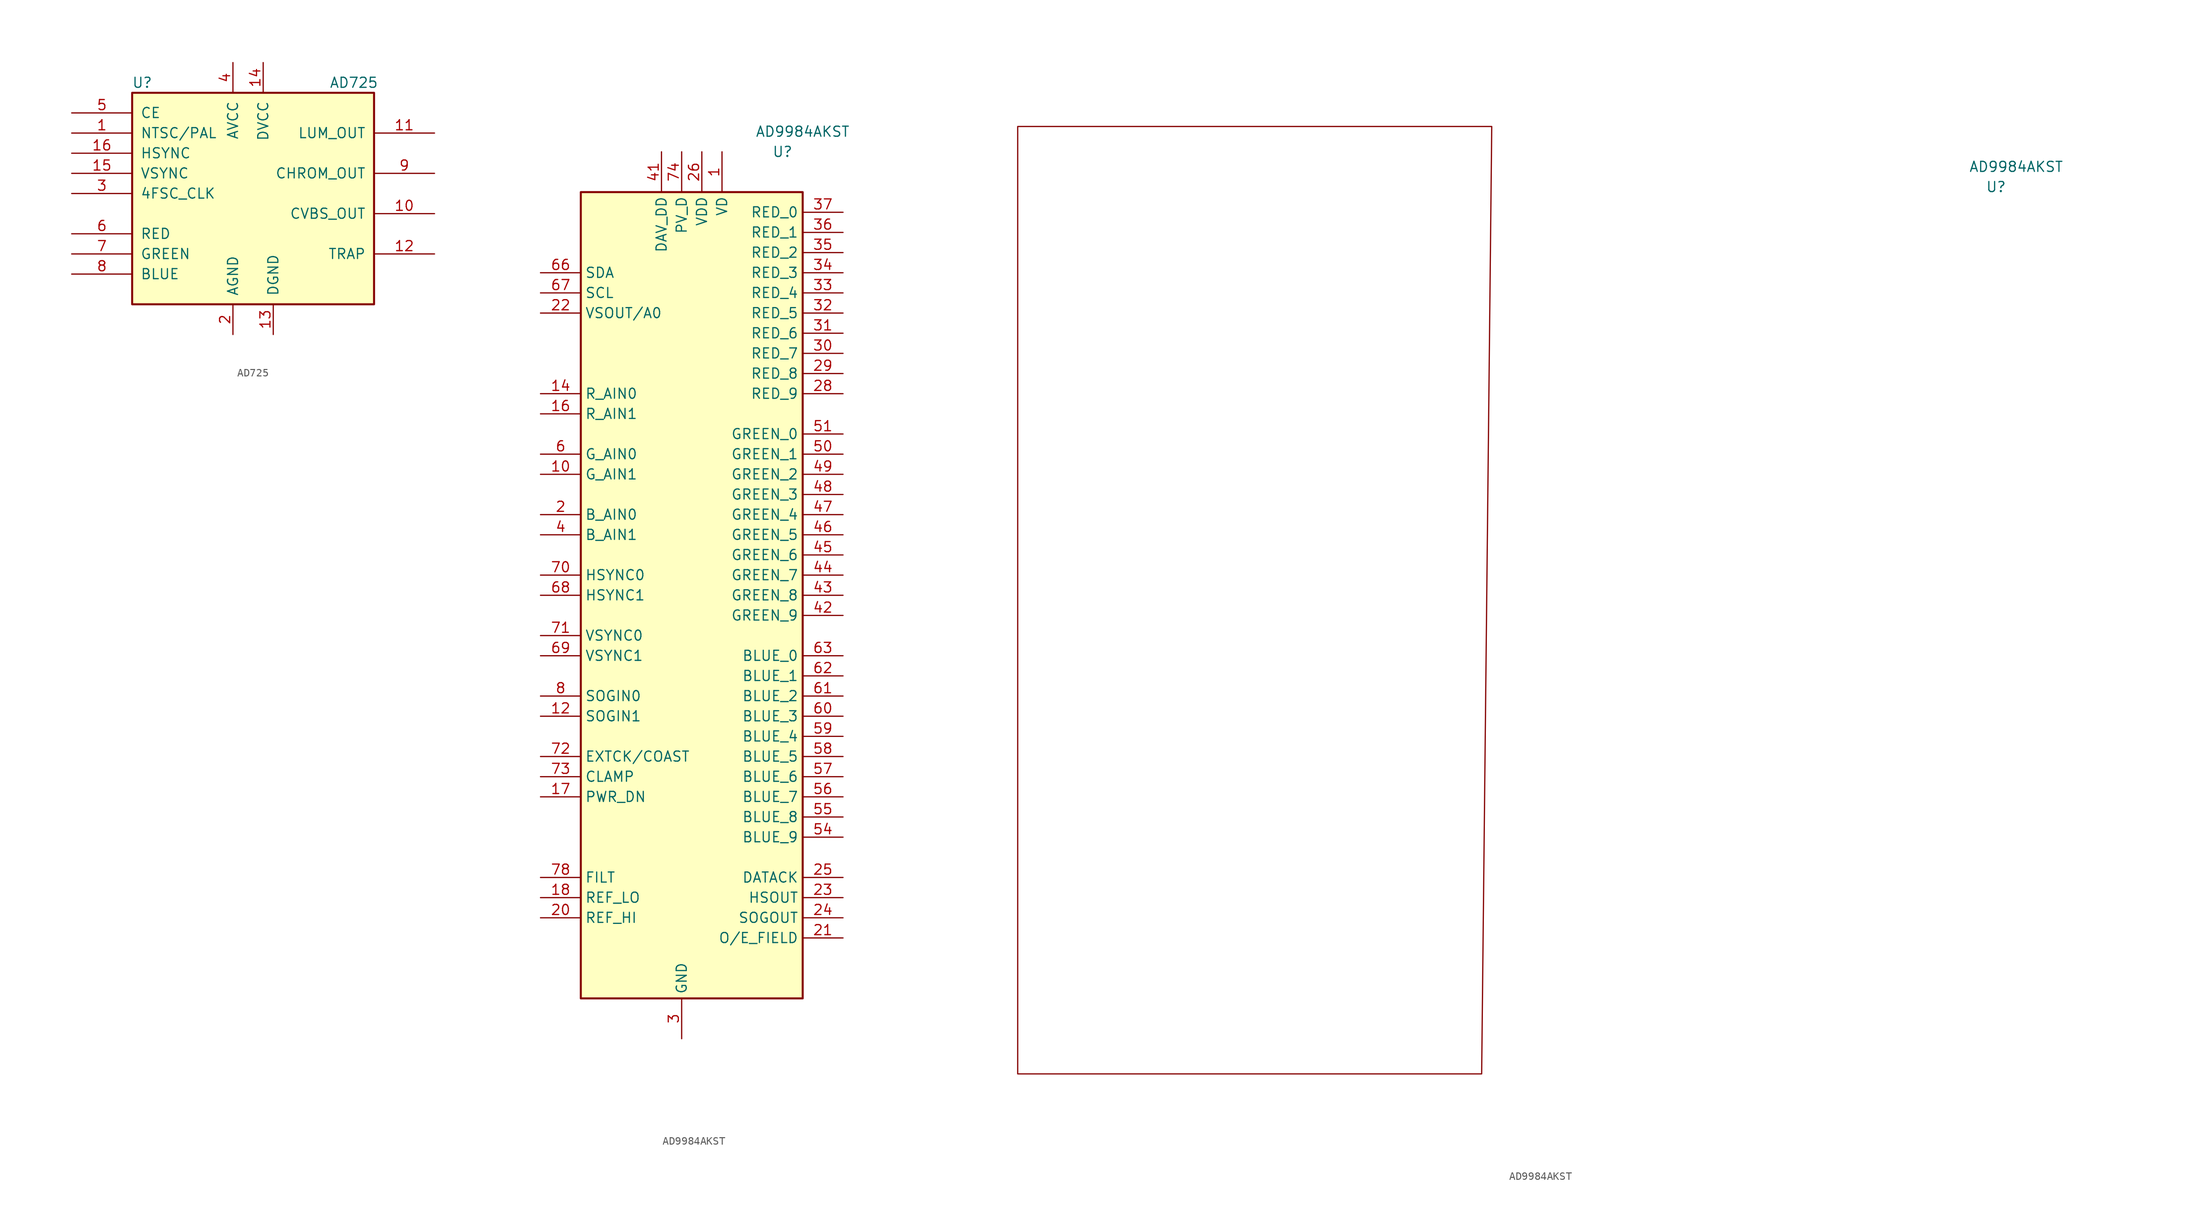
<source format=kicad_sym>
(kicad_symbol_lib
  (version 20231120)
  (generator "kicad_symbol_editor")
  (generator_version "8.0")
  (symbol "AD725"
    (pin_names
      (offset 1.016))
    (property "Reference" "U"
      (at -13.97 13.97 0)
      (effects (font (size 1.27 1.27))))
    (property "Value" "AD725"
      (at 12.7 13.97 0)
      (effects (font (size 1.27 1.27))))
    (symbol "AD725_0_1"
      (rectangle (start -15.24 12.7) (end 15.24 -13.97) (stroke (width 0.254) (type default)) (fill (type background))))
    (symbol "AD725_1_1"
      (pin input line (at -22.86 7.62 0) (length 7.62) (name "NTSC/PAL" (effects (font (size 1.27 1.27)))) (number "1" (effects (font (size 1.27 1.27)))))
      (pin output line (at 22.86 -2.54 180) (length 7.62) (name "CVBS_OUT" (effects (font (size 1.27 1.27)))) (number "10" (effects (font (size 1.27 1.27)))))
      (pin output line (at 22.86 7.62 180) (length 7.62) (name "LUM_OUT" (effects (font (size 1.27 1.27)))) (number "11" (effects (font (size 1.27 1.27)))))
      (pin input line (at 22.86 -7.62 180) (length 7.62) (name "TRAP" (effects (font (size 1.27 1.27)))) (number "12" (effects (font (size 1.27 1.27)))))
      (pin power_in line (at 2.54 -17.78 90) (length 3.81) (name "DGND" (effects (font (size 1.27 1.27)))) (number "13" (effects (font (size 1.27 1.27)))))
      (pin power_in line (at 1.27 16.51 270) (length 3.81) (name "DVCC" (effects (font (size 1.27 1.27)))) (number "14" (effects (font (size 1.27 1.27)))))
      (pin input line (at -22.86 2.54 0) (length 7.62) (name "VSYNC" (effects (font (size 1.27 1.27)))) (number "15" (effects (font (size 1.27 1.27)))))
      (pin input line (at -22.86 5.08 0) (length 7.62) (name "HSYNC" (effects (font (size 1.27 1.27)))) (number "16" (effects (font (size 1.27 1.27)))))
      (pin power_in line (at -2.54 -17.78 90) (length 3.81) (name "AGND" (effects (font (size 1.27 1.27)))) (number "2" (effects (font (size 1.27 1.27)))))
      (pin input line (at -22.86 0 0) (length 7.62) (name "4FSC_CLK" (effects (font (size 1.27 1.27)))) (number "3" (effects (font (size 1.27 1.27)))))
      (pin power_in line (at -2.54 16.51 270) (length 3.81) (name "AVCC" (effects (font (size 1.27 1.27)))) (number "4" (effects (font (size 1.27 1.27)))))
      (pin power_in line (at -22.86 10.16 0) (length 7.62) (name "CE" (effects (font (size 1.27 1.27)))) (number "5" (effects (font (size 1.27 1.27)))))
      (pin input line (at -22.86 -5.08 0) (length 7.62) (name "RED" (effects (font (size 1.27 1.27)))) (number "6" (effects (font (size 1.27 1.27)))))
      (pin input line (at -22.86 -7.62 0) (length 7.62) (name "GREEN" (effects (font (size 1.27 1.27)))) (number "7" (effects (font (size 1.27 1.27)))))
      (pin input line (at -22.86 -10.16 0) (length 7.62) (name "BLUE" (effects (font (size 1.27 1.27)))) (number "8" (effects (font (size 1.27 1.27)))))
      (pin output line (at 22.86 2.54 180) (length 7.62) (name "CHROM_OUT" (effects (font (size 1.27 1.27)))) (number "9" (effects (font (size 1.27 1.27)))))))
  (symbol "AD9984AKST"
    (property "Reference" "U"
      (at 10.16 55.88 0)
      (effects (font (size 1.27 1.27))))
    (property "Value" "AD9984AKST"
      (at 12.7 58.42 0)
      (effects (font (size 1.27 1.27))))
    (symbol "AD9984AKST_0_1"
      (rectangle (start 12.7 50.8) (end -15.24 -50.8) (stroke (width 0.254) (type default)) (fill (type background))))
    (symbol "AD9984AKST_0_2"
      (polyline (pts (xy -113.03 -55.88) (xy -54.61 -55.88) (xy -53.34 63.5) (xy -113.03 63.5) (xy -113.03 -55.88)) (stroke (width 0) (type default)) (fill (type none))))
    (symbol "AD9984AKST_1_1"
      (pin power_in line (at 2.54 55.88 270) (length 5.08) (name "VD" (effects (font (size 1.27 1.27)))) (number "1" (effects (font (size 1.27 1.27)))))
      (pin input line (at -20.32 15.24 0) (length 5.08) (name "G_AIN1" (effects (font (size 1.27 1.27)))) (number "10" (effects (font (size 1.27 1.27)))))
      (pin passive line (at -2.54 -55.88 90) (length 5.08) hide (name "GND" (effects (font (size 1.27 1.27)))) (number "11" (effects (font (size 1.27 1.27)))))
      (pin input line (at -20.32 -15.24 0) (length 5.08) (name "SOGIN1" (effects (font (size 1.27 1.27)))) (number "12" (effects (font (size 1.27 1.27)))))
      (pin passive line (at 2.54 55.88 270) (length 5.08) hide (name "VD" (effects (font (size 1.27 1.27)))) (number "13" (effects (font (size 1.27 1.27)))))
      (pin input line (at -20.32 25.4 0) (length 5.08) (name "R_AIN0" (effects (font (size 1.27 1.27)))) (number "14" (effects (font (size 1.27 1.27)))))
      (pin passive line (at -2.54 -55.88 90) (length 5.08) hide (name "GND" (effects (font (size 1.27 1.27)))) (number "15" (effects (font (size 1.27 1.27)))))
      (pin input line (at -20.32 22.86 0) (length 5.08) (name "R_AIN1" (effects (font (size 1.27 1.27)))) (number "16" (effects (font (size 1.27 1.27)))))
      (pin input line (at -20.32 -25.4 0) (length 5.08) (name "PWR_DN" (effects (font (size 1.27 1.27)))) (number "17" (effects (font (size 1.27 1.27)))))
      (pin input line (at -20.32 -38.1 0) (length 5.08) (name "REF_LO" (effects (font (size 1.27 1.27)))) (number "18" (effects (font (size 1.27 1.27)))))
      (pin no_connect line (at 12.7 -48.26 180) (length 5.08) hide (name "NC" (effects (font (size 1.27 1.27)))) (number "19" (effects (font (size 1.27 1.27)))))
      (pin input line (at -20.32 10.16 0) (length 5.08) (name "B_AIN0" (effects (font (size 1.27 1.27)))) (number "2" (effects (font (size 1.27 1.27)))))
      (pin input line (at -20.32 -40.64 0) (length 5.08) (name "REF_HI" (effects (font (size 1.27 1.27)))) (number "20" (effects (font (size 1.27 1.27)))))
      (pin output line (at 17.78 -43.18 180) (length 5.08) (name "O/E_FIELD" (effects (font (size 1.27 1.27)))) (number "21" (effects (font (size 1.27 1.27)))))
      (pin bidirectional line (at -20.32 35.56 0) (length 5.08) (name "VSOUT/A0" (effects (font (size 1.27 1.27)))) (number "22" (effects (font (size 1.27 1.27)))))
      (pin output line (at 17.78 -38.1 180) (length 5.08) (name "HSOUT" (effects (font (size 1.27 1.27)))) (number "23" (effects (font (size 1.27 1.27)))))
      (pin output line (at 17.78 -40.64 180) (length 5.08) (name "SOGOUT" (effects (font (size 1.27 1.27)))) (number "24" (effects (font (size 1.27 1.27)))))
      (pin output line (at 17.78 -35.56 180) (length 5.08) (name "DATACK" (effects (font (size 1.27 1.27)))) (number "25" (effects (font (size 1.27 1.27)))))
      (pin power_in line (at 0 55.88 270) (length 5.08) (name "VDD" (effects (font (size 1.27 1.27)))) (number "26" (effects (font (size 1.27 1.27)))))
      (pin passive line (at -2.54 -55.88 90) (length 5.08) hide (name "GND" (effects (font (size 1.27 1.27)))) (number "27" (effects (font (size 1.27 1.27)))))
      (pin output line (at 17.78 25.4 180) (length 5.08) (name "RED_9" (effects (font (size 1.27 1.27)))) (number "28" (effects (font (size 1.27 1.27)))))
      (pin output line (at 17.78 27.94 180) (length 5.08) (name "RED_8" (effects (font (size 1.27 1.27)))) (number "29" (effects (font (size 1.27 1.27)))))
      (pin power_in line (at -2.54 -55.88 90) (length 5.08) (name "GND" (effects (font (size 1.27 1.27)))) (number "3" (effects (font (size 1.27 1.27)))))
      (pin output line (at 17.78 30.48 180) (length 5.08) (name "RED_7" (effects (font (size 1.27 1.27)))) (number "30" (effects (font (size 1.27 1.27)))))
      (pin output line (at 17.78 33.02 180) (length 5.08) (name "RED_6" (effects (font (size 1.27 1.27)))) (number "31" (effects (font (size 1.27 1.27)))))
      (pin output line (at 17.78 35.56 180) (length 5.08) (name "RED_5" (effects (font (size 1.27 1.27)))) (number "32" (effects (font (size 1.27 1.27)))))
      (pin output line (at 17.78 38.1 180) (length 5.08) (name "RED_4" (effects (font (size 1.27 1.27)))) (number "33" (effects (font (size 1.27 1.27)))))
      (pin output line (at 17.78 40.64 180) (length 5.08) (name "RED_3" (effects (font (size 1.27 1.27)))) (number "34" (effects (font (size 1.27 1.27)))))
      (pin output line (at 17.78 43.18 180) (length 5.08) (name "RED_2" (effects (font (size 1.27 1.27)))) (number "35" (effects (font (size 1.27 1.27)))))
      (pin output line (at 17.78 45.72 180) (length 5.08) (name "RED_1" (effects (font (size 1.27 1.27)))) (number "36" (effects (font (size 1.27 1.27)))))
      (pin output line (at 17.78 48.26 180) (length 5.08) (name "RED_0" (effects (font (size 1.27 1.27)))) (number "37" (effects (font (size 1.27 1.27)))))
      (pin passive line (at 0 55.88 270) (length 5.08) hide (name "VDD" (effects (font (size 1.27 1.27)))) (number "38" (effects (font (size 1.27 1.27)))))
      (pin passive line (at -2.54 -55.88 90) (length 5.08) hide (name "GND" (effects (font (size 1.27 1.27)))) (number "39" (effects (font (size 1.27 1.27)))))
      (pin input line (at -20.32 7.62 0) (length 5.08) (name "B_AIN1" (effects (font (size 1.27 1.27)))) (number "4" (effects (font (size 1.27 1.27)))))
      (pin passive line (at -2.54 -55.88 90) (length 5.08) hide (name "GND" (effects (font (size 1.27 1.27)))) (number "40" (effects (font (size 1.27 1.27)))))
      (pin power_in line (at -5.08 55.88 270) (length 5.08) (name "DAV_DD" (effects (font (size 1.27 1.27)))) (number "41" (effects (font (size 1.27 1.27)))))
      (pin output line (at 17.78 -2.54 180) (length 5.08) (name "GREEN_9" (effects (font (size 1.27 1.27)))) (number "42" (effects (font (size 1.27 1.27)))))
      (pin output line (at 17.78 0 180) (length 5.08) (name "GREEN_8" (effects (font (size 1.27 1.27)))) (number "43" (effects (font (size 1.27 1.27)))))
      (pin output line (at 17.78 2.54 180) (length 5.08) (name "GREEN_7" (effects (font (size 1.27 1.27)))) (number "44" (effects (font (size 1.27 1.27)))))
      (pin output line (at 17.78 5.08 180) (length 5.08) (name "GREEN_6" (effects (font (size 1.27 1.27)))) (number "45" (effects (font (size 1.27 1.27)))))
      (pin output line (at 17.78 7.62 180) (length 5.08) (name "GREEN_5" (effects (font (size 1.27 1.27)))) (number "46" (effects (font (size 1.27 1.27)))))
      (pin output line (at 17.78 10.16 180) (length 5.08) (name "GREEN_4" (effects (font (size 1.27 1.27)))) (number "47" (effects (font (size 1.27 1.27)))))
      (pin output line (at 17.78 12.7 180) (length 5.08) (name "GREEN_3" (effects (font (size 1.27 1.27)))) (number "48" (effects (font (size 1.27 1.27)))))
      (pin output line (at 17.78 15.24 180) (length 5.08) (name "GREEN_2" (effects (font (size 1.27 1.27)))) (number "49" (effects (font (size 1.27 1.27)))))
      (pin passive line (at 2.54 55.88 270) (length 5.08) hide (name "VD" (effects (font (size 1.27 1.27)))) (number "5" (effects (font (size 1.27 1.27)))))
      (pin output line (at 17.78 17.78 180) (length 5.08) (name "GREEN_1" (effects (font (size 1.27 1.27)))) (number "50" (effects (font (size 1.27 1.27)))))
      (pin output line (at 17.78 20.32 180) (length 5.08) (name "GREEN_0" (effects (font (size 1.27 1.27)))) (number "51" (effects (font (size 1.27 1.27)))))
      (pin passive line (at 0 55.88 270) (length 5.08) hide (name "VDD" (effects (font (size 1.27 1.27)))) (number "52" (effects (font (size 1.27 1.27)))))
      (pin passive line (at -2.54 -55.88 90) (length 5.08) hide (name "GND" (effects (font (size 1.27 1.27)))) (number "53" (effects (font (size 1.27 1.27)))))
      (pin output line (at 17.78 -30.48 180) (length 5.08) (name "BLUE_9" (effects (font (size 1.27 1.27)))) (number "54" (effects (font (size 1.27 1.27)))))
      (pin output line (at 17.78 -27.94 180) (length 5.08) (name "BLUE_8" (effects (font (size 1.27 1.27)))) (number "55" (effects (font (size 1.27 1.27)))))
      (pin output line (at 17.78 -25.4 180) (length 5.08) (name "BLUE_7" (effects (font (size 1.27 1.27)))) (number "56" (effects (font (size 1.27 1.27)))))
      (pin output line (at 17.78 -22.86 180) (length 5.08) (name "BLUE_6" (effects (font (size 1.27 1.27)))) (number "57" (effects (font (size 1.27 1.27)))))
      (pin output line (at 17.78 -20.32 180) (length 5.08) (name "BLUE_5" (effects (font (size 1.27 1.27)))) (number "58" (effects (font (size 1.27 1.27)))))
      (pin output line (at 17.78 -17.78 180) (length 5.08) (name "BLUE_4" (effects (font (size 1.27 1.27)))) (number "59" (effects (font (size 1.27 1.27)))))
      (pin input line (at -20.32 17.78 0) (length 5.08) (name "G_AIN0" (effects (font (size 1.27 1.27)))) (number "6" (effects (font (size 1.27 1.27)))))
      (pin output line (at 17.78 -15.24 180) (length 5.08) (name "BLUE_3" (effects (font (size 1.27 1.27)))) (number "60" (effects (font (size 1.27 1.27)))))
      (pin output line (at 17.78 -12.7 180) (length 5.08) (name "BLUE_2" (effects (font (size 1.27 1.27)))) (number "61" (effects (font (size 1.27 1.27)))))
      (pin output line (at 17.78 -10.16 180) (length 5.08) (name "BLUE_1" (effects (font (size 1.27 1.27)))) (number "62" (effects (font (size 1.27 1.27)))))
      (pin output line (at 17.78 -7.62 180) (length 5.08) (name "BLUE_0" (effects (font (size 1.27 1.27)))) (number "63" (effects (font (size 1.27 1.27)))))
      (pin passive line (at 0 55.88 270) (length 5.08) hide (name "VDD" (effects (font (size 1.27 1.27)))) (number "64" (effects (font (size 1.27 1.27)))))
      (pin passive line (at -2.54 -55.88 90) (length 5.08) hide (name "GND" (effects (font (size 1.27 1.27)))) (number "65" (effects (font (size 1.27 1.27)))))
      (pin bidirectional line (at -20.32 40.64 0) (length 5.08) (name "SDA" (effects (font (size 1.27 1.27)))) (number "66" (effects (font (size 1.27 1.27)))))
      (pin input line (at -20.32 38.1 0) (length 5.08) (name "SCL" (effects (font (size 1.27 1.27)))) (number "67" (effects (font (size 1.27 1.27)))))
      (pin input line (at -20.32 0 0) (length 5.08) (name "HSYNC1" (effects (font (size 1.27 1.27)))) (number "68" (effects (font (size 1.27 1.27)))))
      (pin input line (at -20.32 -7.62 0) (length 5.08) (name "VSYNC1" (effects (font (size 1.27 1.27)))) (number "69" (effects (font (size 1.27 1.27)))))
      (pin passive line (at -2.54 -55.88 90) (length 5.08) hide (name "GND" (effects (font (size 1.27 1.27)))) (number "7" (effects (font (size 1.27 1.27)))))
      (pin input line (at -20.32 2.54 0) (length 5.08) (name "HSYNC0" (effects (font (size 1.27 1.27)))) (number "70" (effects (font (size 1.27 1.27)))))
      (pin input line (at -20.32 -5.08 0) (length 5.08) (name "VSYNC0" (effects (font (size 1.27 1.27)))) (number "71" (effects (font (size 1.27 1.27)))))
      (pin input line (at -20.32 -20.32 0) (length 5.08) (name "EXTCK/COAST" (effects (font (size 1.27 1.27)))) (number "72" (effects (font (size 1.27 1.27)))))
      (pin input line (at -20.32 -22.86 0) (length 5.08) (name "CLAMP" (effects (font (size 1.27 1.27)))) (number "73" (effects (font (size 1.27 1.27)))))
      (pin power_in line (at -2.54 55.88 270) (length 5.08) (name "PV_D" (effects (font (size 1.27 1.27)))) (number "74" (effects (font (size 1.27 1.27)))))
      (pin passive line (at -2.54 -55.88 90) (length 5.08) hide (name "GND" (effects (font (size 1.27 1.27)))) (number "75" (effects (font (size 1.27 1.27)))))
      (pin passive line (at -2.54 55.88 270) (length 5.08) hide (name "PV_D" (effects (font (size 1.27 1.27)))) (number "76" (effects (font (size 1.27 1.27)))))
      (pin passive line (at -2.54 -55.88 90) (length 5.08) hide (name "GND" (effects (font (size 1.27 1.27)))) (number "77" (effects (font (size 1.27 1.27)))))
      (pin input line (at -20.32 -35.56 0) (length 5.08) (name "FILT" (effects (font (size 1.27 1.27)))) (number "78" (effects (font (size 1.27 1.27)))))
      (pin passive line (at -2.54 55.88 270) (length 5.08) hide (name "PV_D" (effects (font (size 1.27 1.27)))) (number "79" (effects (font (size 1.27 1.27)))))
      (pin input line (at -20.32 -12.7 0) (length 5.08) (name "SOGIN0" (effects (font (size 1.27 1.27)))) (number "8" (effects (font (size 1.27 1.27)))))
      (pin passive line (at -2.54 -55.88 90) (length 5.08) hide (name "GND" (effects (font (size 1.27 1.27)))) (number "80" (effects (font (size 1.27 1.27)))))
      (pin passive line (at 2.54 55.88 270) (length 5.08) hide (name "VD" (effects (font (size 1.27 1.27)))) (number "9" (effects (font (size 1.27 1.27))))))))
</source>
